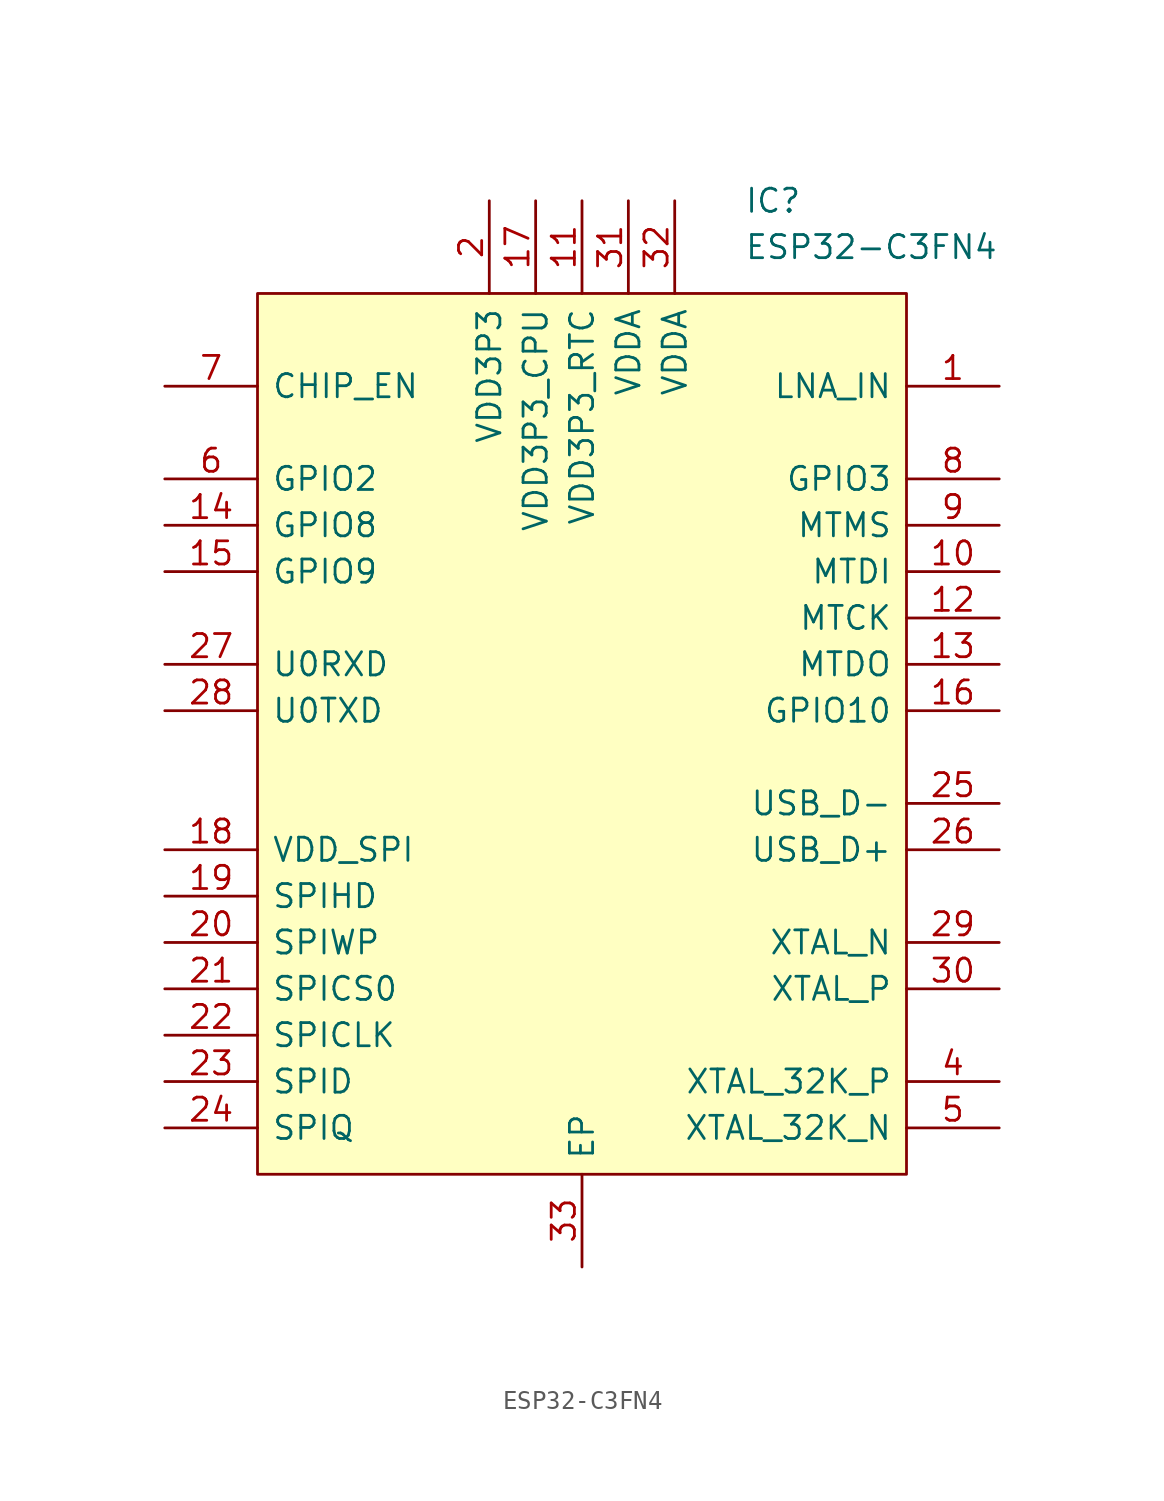
<source format=kicad_sym>
(kicad_symbol_lib
  (version 20211014)
  (generator kicad_symbol_editor)
  (symbol "ESP32-C3FN4"
    (pin_names
      (offset 0.762))
    (property "Reference" "IC"
      (at 8.89 29.21 0)
      (effects (font (size 1.27 1.27)) (justify left)))
    (property "Value" "ESP32-C3FN4"
      (at 8.89 26.67 0)
      (effects (font (size 1.27 1.27)) (justify left)))
    (symbol "ESP32-C3FN4_0_0"
      (pin passive line (at 22.86 19.05 180) (length 5.08) (name "LNA_IN" (effects (font (size 1.27 1.27)))) (number "1" (effects (font (size 1.27 1.27)))))
      (pin passive line (at 22.86 8.89 180) (length 5.08) (name "MTDI" (effects (font (size 1.27 1.27)))) (number "10" (effects (font (size 1.27 1.27)))))
      (pin passive line (at 0 29.21 270) (length 5.08) (name "VDD3P3_RTC" (effects (font (size 1.27 1.27)))) (number "11" (effects (font (size 1.27 1.27)))))
      (pin passive line (at 22.86 6.35 180) (length 5.08) (name "MTCK" (effects (font (size 1.27 1.27)))) (number "12" (effects (font (size 1.27 1.27)))))
      (pin passive line (at 22.86 3.81 180) (length 5.08) (name "MTDO" (effects (font (size 1.27 1.27)))) (number "13" (effects (font (size 1.27 1.27)))))
      (pin passive line (at -22.86 11.43 0) (length 5.08) (name "GPIO8" (effects (font (size 1.27 1.27)))) (number "14" (effects (font (size 1.27 1.27)))))
      (pin passive line (at -22.86 8.89 0) (length 5.08) (name "GPIO9" (effects (font (size 1.27 1.27)))) (number "15" (effects (font (size 1.27 1.27)))))
      (pin passive line (at 22.86 1.27 180) (length 5.08) (name "GPIO10" (effects (font (size 1.27 1.27)))) (number "16" (effects (font (size 1.27 1.27)))))
      (pin passive line (at -2.54 29.21 270) (length 5.08) (name "VDD3P3_CPU" (effects (font (size 1.27 1.27)))) (number "17" (effects (font (size 1.27 1.27)))))
      (pin passive line (at -22.86 -6.35 0) (length 5.08) (name "VDD_SPI" (effects (font (size 1.27 1.27)))) (number "18" (effects (font (size 1.27 1.27)))))
      (pin passive line (at -22.86 -8.89 0) (length 5.08) (name "SPIHD" (effects (font (size 1.27 1.27)))) (number "19" (effects (font (size 1.27 1.27)))))
      (pin passive line (at -5.08 29.21 270) (length 5.08) (name "VDD3P3" (effects (font (size 1.27 1.27)))) (number "2" (effects (font (size 1.27 1.27)))))
      (pin passive line (at -22.86 -11.43 0) (length 5.08) (name "SPIWP" (effects (font (size 1.27 1.27)))) (number "20" (effects (font (size 1.27 1.27)))))
      (pin passive line (at -22.86 -13.97 0) (length 5.08) (name "SPICS0" (effects (font (size 1.27 1.27)))) (number "21" (effects (font (size 1.27 1.27)))))
      (pin passive line (at -22.86 -16.51 0) (length 5.08) (name "SPICLK" (effects (font (size 1.27 1.27)))) (number "22" (effects (font (size 1.27 1.27)))))
      (pin passive line (at -22.86 -19.05 0) (length 5.08) (name "SPID" (effects (font (size 1.27 1.27)))) (number "23" (effects (font (size 1.27 1.27)))))
      (pin passive line (at -22.86 -21.59 0) (length 5.08) (name "SPIQ" (effects (font (size 1.27 1.27)))) (number "24" (effects (font (size 1.27 1.27)))))
      (pin passive line (at 22.86 -3.81 180) (length 5.08) (name "USB_D-" (effects (font (size 1.27 1.27)))) (number "25" (effects (font (size 1.27 1.27)))))
      (pin passive line (at 22.86 -6.35 180) (length 5.08) (name "USB_D+" (effects (font (size 1.27 1.27)))) (number "26" (effects (font (size 1.27 1.27)))))
      (pin passive line (at -22.86 3.81 0) (length 5.08) (name "U0RXD" (effects (font (size 1.27 1.27)))) (number "27" (effects (font (size 1.27 1.27)))))
      (pin passive line (at -22.86 1.27 0) (length 5.08) (name "U0TXD" (effects (font (size 1.27 1.27)))) (number "28" (effects (font (size 1.27 1.27)))))
      (pin passive line (at 22.86 -11.43 180) (length 5.08) (name "XTAL_N" (effects (font (size 1.27 1.27)))) (number "29" (effects (font (size 1.27 1.27)))))
      (pin passive line (at -5.08 29.21 270) (length 5.08) hide (name "VDD3P3" (effects (font (size 1.27 1.27)))) (number "3" (effects (font (size 1.27 1.27)))))
      (pin passive line (at 22.86 -13.97 180) (length 5.08) (name "XTAL_P" (effects (font (size 1.27 1.27)))) (number "30" (effects (font (size 1.27 1.27)))))
      (pin passive line (at 2.54 29.21 270) (length 5.08) (name "VDDA" (effects (font (size 1.27 1.27)))) (number "31" (effects (font (size 1.27 1.27)))))
      (pin passive line (at 5.08 29.21 270) (length 5.08) (name "VDDA" (effects (font (size 1.27 1.27)))) (number "32" (effects (font (size 1.27 1.27)))))
      (pin passive line (at 0 -29.21 90) (length 5.08) (name "EP" (effects (font (size 1.27 1.27)))) (number "33" (effects (font (size 1.27 1.27)))))
      (pin passive line (at 22.86 -19.05 180) (length 5.08) (name "XTAL_32K_P" (effects (font (size 1.27 1.27)))) (number "4" (effects (font (size 1.27 1.27)))))
      (pin passive line (at 22.86 -21.59 180) (length 5.08) (name "XTAL_32K_N" (effects (font (size 1.27 1.27)))) (number "5" (effects (font (size 1.27 1.27)))))
      (pin passive line (at -22.86 13.97 0) (length 5.08) (name "GPIO2" (effects (font (size 1.27 1.27)))) (number "6" (effects (font (size 1.27 1.27)))))
      (pin passive line (at -22.86 19.05 0) (length 5.08) (name "CHIP_EN" (effects (font (size 1.27 1.27)))) (number "7" (effects (font (size 1.27 1.27)))))
      (pin passive line (at 22.86 13.97 180) (length 5.08) (name "GPIO3" (effects (font (size 1.27 1.27)))) (number "8" (effects (font (size 1.27 1.27)))))
      (pin passive line (at 22.86 11.43 180) (length 5.08) (name "MTMS" (effects (font (size 1.27 1.27)))) (number "9" (effects (font (size 1.27 1.27))))))
    (symbol "ESP32-C3FN4_0_1"
      (polyline (pts (xy -17.78 24.13) (xy 17.78 24.13) (xy 17.78 -24.13) (xy -17.78 -24.13) (xy -17.78 24.13)) (stroke (width 0.152) (type default) (color 0 0 0 0)) (fill (type background))))))
</source>
